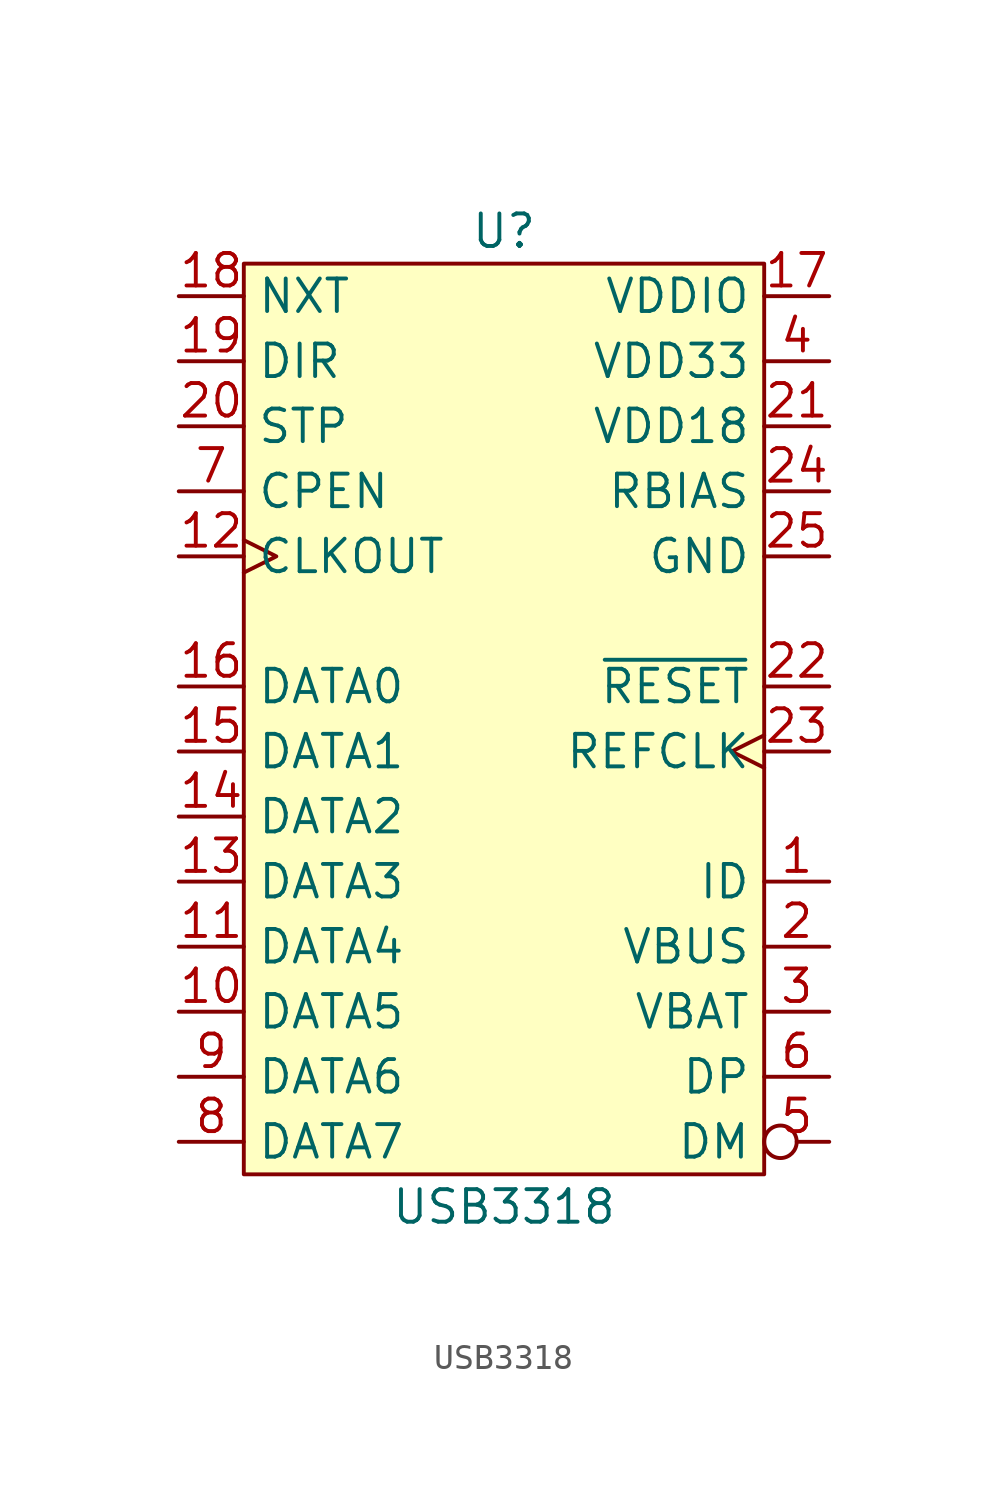
<source format=kicad_sym>
(kicad_symbol_lib
  (version 20220914)
  (generator kicad_symbol_editor)
  (symbol "USB3318"
    (property "Reference" "U"
      (at 0 20.32 0)
      (effects (font (size 1.27 1.27))))
    (property "Value" "USB3318"
      (at 0 -17.78 0)
      (effects (font (size 1.27 1.27))))
    (symbol "USB3318_0_1"
      (rectangle (start -10.16 -16.51) (end 10.16 19.05) (stroke (width 0.152) (type default)) (fill (type background))))
    (symbol "USB3318_1_1"
      (pin input line (at 12.7 -5.08 180) (length 2.54) (name "ID" (effects (font (size 1.27 1.27)))) (number "1" (effects (font (size 1.27 1.27)))))
      (pin bidirectional line (at -12.7 -10.16 0) (length 2.54) (name "DATA5" (effects (font (size 1.27 1.27)))) (number "10" (effects (font (size 1.27 1.27)))))
      (pin bidirectional line (at -12.7 -7.62 0) (length 2.54) (name "DATA4" (effects (font (size 1.27 1.27)))) (number "11" (effects (font (size 1.27 1.27)))))
      (pin output clock (at -12.7 7.62 0) (length 2.54) (name "CLKOUT" (effects (font (size 1.27 1.27)))) (number "12" (effects (font (size 1.27 1.27)))))
      (pin bidirectional line (at -12.7 -5.08 0) (length 2.54) (name "DATA3" (effects (font (size 1.27 1.27)))) (number "13" (effects (font (size 1.27 1.27)))))
      (pin bidirectional line (at -12.7 -2.54 0) (length 2.54) (name "DATA2" (effects (font (size 1.27 1.27)))) (number "14" (effects (font (size 1.27 1.27)))))
      (pin bidirectional line (at -12.7 0 0) (length 2.54) (name "DATA1" (effects (font (size 1.27 1.27)))) (number "15" (effects (font (size 1.27 1.27)))))
      (pin bidirectional line (at -12.7 2.54 0) (length 2.54) (name "DATA0" (effects (font (size 1.27 1.27)))) (number "16" (effects (font (size 1.27 1.27)))))
      (pin power_in line (at 12.7 17.78 180) (length 2.54) (name "VDDIO" (effects (font (size 1.27 1.27)))) (number "17" (effects (font (size 1.27 1.27)))))
      (pin output line (at -12.7 17.78 0) (length 2.54) (name "NXT" (effects (font (size 1.27 1.27)))) (number "18" (effects (font (size 1.27 1.27)))))
      (pin output line (at -12.7 15.24 0) (length 2.54) (name "DIR" (effects (font (size 1.27 1.27)))) (number "19" (effects (font (size 1.27 1.27)))))
      (pin power_in line (at 12.7 -7.62 180) (length 2.54) (name "VBUS" (effects (font (size 1.27 1.27)))) (number "2" (effects (font (size 1.27 1.27)))))
      (pin input line (at -12.7 12.7 0) (length 2.54) (name "STP" (effects (font (size 1.27 1.27)))) (number "20" (effects (font (size 1.27 1.27)))))
      (pin power_in line (at 12.7 12.7 180) (length 2.54) (name "VDD18" (effects (font (size 1.27 1.27)))) (number "21" (effects (font (size 1.27 1.27)))))
      (pin input line (at 12.7 2.54 180) (length 2.54) (name "~{RESET}" (effects (font (size 1.27 1.27)))) (number "22" (effects (font (size 1.27 1.27)))))
      (pin input clock (at 12.7 0 180) (length 2.54) (name "REFCLK" (effects (font (size 1.27 1.27)))) (number "23" (effects (font (size 1.27 1.27)))))
      (pin passive line (at 12.7 10.16 180) (length 2.54) (name "RBIAS" (effects (font (size 1.27 1.27)))) (number "24" (effects (font (size 1.27 1.27)))))
      (pin passive line (at 12.7 7.62 180) (length 2.54) (name "GND" (effects (font (size 1.27 1.27)))) (number "25" (effects (font (size 1.27 1.27)))))
      (pin power_in line (at 12.7 -10.16 180) (length 2.54) (name "VBAT" (effects (font (size 1.27 1.27)))) (number "3" (effects (font (size 1.27 1.27)))))
      (pin power_in line (at 12.7 15.24 180) (length 2.54) (name "VDD33" (effects (font (size 1.27 1.27)))) (number "4" (effects (font (size 1.27 1.27)))))
      (pin bidirectional inverted (at 12.7 -15.24 180) (length 2.54) (name "DM" (effects (font (size 1.27 1.27)))) (number "5" (effects (font (size 1.27 1.27)))))
      (pin bidirectional line (at 12.7 -12.7 180) (length 2.54) (name "DP" (effects (font (size 1.27 1.27)))) (number "6" (effects (font (size 1.27 1.27)))))
      (pin output line (at -12.7 10.16 0) (length 2.54) (name "CPEN" (effects (font (size 1.27 1.27)))) (number "7" (effects (font (size 1.27 1.27)))))
      (pin bidirectional line (at -12.7 -15.24 0) (length 2.54) (name "DATA7" (effects (font (size 1.27 1.27)))) (number "8" (effects (font (size 1.27 1.27)))))
      (pin bidirectional line (at -12.7 -12.7 0) (length 2.54) (name "DATA6" (effects (font (size 1.27 1.27)))) (number "9" (effects (font (size 1.27 1.27))))))))
</source>
